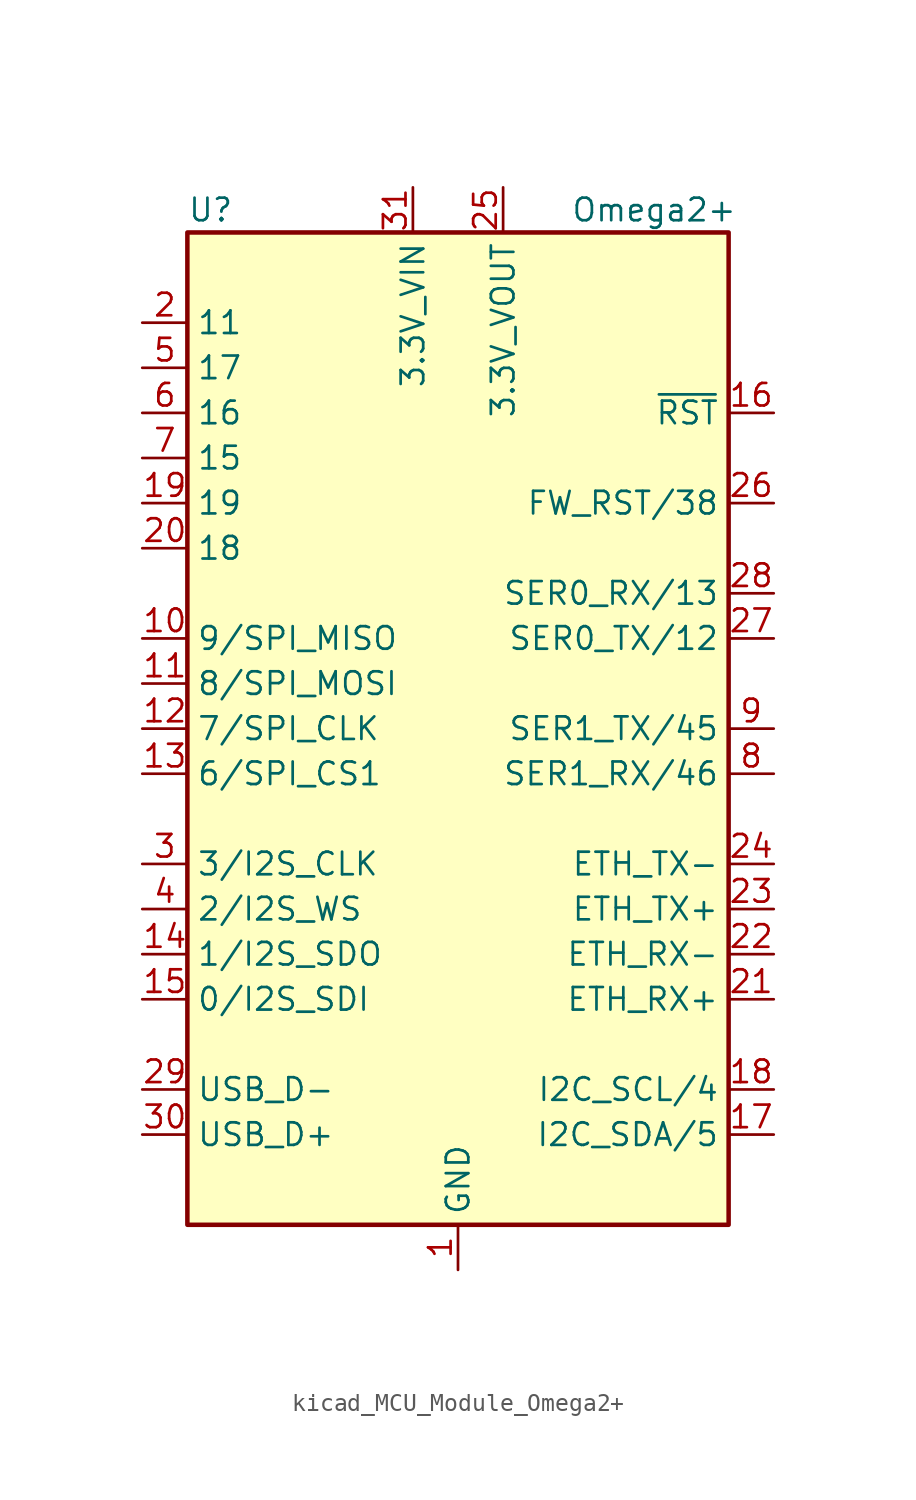
<source format=kicad_sym>
(kicad_symbol_lib
  (version 20220914)
  (generator kicad_symbol_editor)
  (symbol "kicad_MCU_Module_Omega2+"
    (property "Reference" "U"
      (at -15.24 29.21 0)
      (effects (font (size 1.27 1.27)) (justify left)))
    (property "Value" "Omega2+"
      (at 6.35 29.21 0)
      (effects (font (size 1.27 1.27)) (justify left)))
    (symbol "kicad_MCU_Module_Omega2+_0_1"
      (rectangle (start -15.24 27.94) (end 15.24 -27.94) (stroke (width 0.254) (type default)) (fill (type background))))
    (symbol "kicad_MCU_Module_Omega2+_1_1"
      (pin power_in line (at 0 -30.48 90) (length 2.54) (name "GND" (effects (font (size 1.27 1.27)))) (number "1" (effects (font (size 1.27 1.27)))))
      (pin bidirectional line (at -17.78 5.08 0) (length 2.54) (name "9/SPI_MISO" (effects (font (size 1.27 1.27)))) (number "10" (effects (font (size 1.27 1.27)))))
      (pin bidirectional line (at -17.78 2.54 0) (length 2.54) (name "8/SPI_MOSI" (effects (font (size 1.27 1.27)))) (number "11" (effects (font (size 1.27 1.27)))))
      (pin bidirectional line (at -17.78 0 0) (length 2.54) (name "7/SPI_CLK" (effects (font (size 1.27 1.27)))) (number "12" (effects (font (size 1.27 1.27)))))
      (pin bidirectional line (at -17.78 -2.54 0) (length 2.54) (name "6/SPI_CS1" (effects (font (size 1.27 1.27)))) (number "13" (effects (font (size 1.27 1.27)))))
      (pin bidirectional line (at -17.78 -12.7 0) (length 2.54) (name "1/I2S_SDO" (effects (font (size 1.27 1.27)))) (number "14" (effects (font (size 1.27 1.27)))))
      (pin bidirectional line (at -17.78 -15.24 0) (length 2.54) (name "0/I2S_SDI" (effects (font (size 1.27 1.27)))) (number "15" (effects (font (size 1.27 1.27)))))
      (pin input line (at 17.78 17.78 180) (length 2.54) (name "~{RST}" (effects (font (size 1.27 1.27)))) (number "16" (effects (font (size 1.27 1.27)))))
      (pin bidirectional line (at 17.78 -22.86 180) (length 2.54) (name "I2C_SDA/5" (effects (font (size 1.27 1.27)))) (number "17" (effects (font (size 1.27 1.27)))))
      (pin bidirectional line (at 17.78 -20.32 180) (length 2.54) (name "I2C_SCL/4" (effects (font (size 1.27 1.27)))) (number "18" (effects (font (size 1.27 1.27)))))
      (pin bidirectional line (at -17.78 12.7 0) (length 2.54) (name "19" (effects (font (size 1.27 1.27)))) (number "19" (effects (font (size 1.27 1.27)))))
      (pin bidirectional line (at -17.78 22.86 0) (length 2.54) (name "11" (effects (font (size 1.27 1.27)))) (number "2" (effects (font (size 1.27 1.27)))))
      (pin bidirectional line (at -17.78 10.16 0) (length 2.54) (name "18" (effects (font (size 1.27 1.27)))) (number "20" (effects (font (size 1.27 1.27)))))
      (pin input line (at 17.78 -15.24 180) (length 2.54) (name "ETH_RX+" (effects (font (size 1.27 1.27)))) (number "21" (effects (font (size 1.27 1.27)))))
      (pin input line (at 17.78 -12.7 180) (length 2.54) (name "ETH_RX-" (effects (font (size 1.27 1.27)))) (number "22" (effects (font (size 1.27 1.27)))))
      (pin output line (at 17.78 -10.16 180) (length 2.54) (name "ETH_TX+" (effects (font (size 1.27 1.27)))) (number "23" (effects (font (size 1.27 1.27)))))
      (pin output line (at 17.78 -7.62 180) (length 2.54) (name "ETH_TX-" (effects (font (size 1.27 1.27)))) (number "24" (effects (font (size 1.27 1.27)))))
      (pin power_out line (at 2.54 30.48 270) (length 2.54) (name "3.3V_VOUT" (effects (font (size 1.27 1.27)))) (number "25" (effects (font (size 1.27 1.27)))))
      (pin bidirectional line (at 17.78 12.7 180) (length 2.54) (name "FW_RST/38" (effects (font (size 1.27 1.27)))) (number "26" (effects (font (size 1.27 1.27)))))
      (pin bidirectional line (at 17.78 5.08 180) (length 2.54) (name "SER0_TX/12" (effects (font (size 1.27 1.27)))) (number "27" (effects (font (size 1.27 1.27)))))
      (pin bidirectional line (at 17.78 7.62 180) (length 2.54) (name "SER0_RX/13" (effects (font (size 1.27 1.27)))) (number "28" (effects (font (size 1.27 1.27)))))
      (pin bidirectional line (at -17.78 -20.32 0) (length 2.54) (name "USB_D-" (effects (font (size 1.27 1.27)))) (number "29" (effects (font (size 1.27 1.27)))))
      (pin bidirectional line (at -17.78 -7.62 0) (length 2.54) (name "3/I2S_CLK" (effects (font (size 1.27 1.27)))) (number "3" (effects (font (size 1.27 1.27)))))
      (pin bidirectional line (at -17.78 -22.86 0) (length 2.54) (name "USB_D+" (effects (font (size 1.27 1.27)))) (number "30" (effects (font (size 1.27 1.27)))))
      (pin power_in line (at -2.54 30.48 270) (length 2.54) (name "3.3V_VIN" (effects (font (size 1.27 1.27)))) (number "31" (effects (font (size 1.27 1.27)))))
      (pin passive line (at 0 -30.48 90) (length 2.54) hide (name "GND" (effects (font (size 1.27 1.27)))) (number "32" (effects (font (size 1.27 1.27)))))
      (pin bidirectional line (at -17.78 -10.16 0) (length 2.54) (name "2/I2S_WS" (effects (font (size 1.27 1.27)))) (number "4" (effects (font (size 1.27 1.27)))))
      (pin bidirectional line (at -17.78 20.32 0) (length 2.54) (name "17" (effects (font (size 1.27 1.27)))) (number "5" (effects (font (size 1.27 1.27)))))
      (pin bidirectional line (at -17.78 17.78 0) (length 2.54) (name "16" (effects (font (size 1.27 1.27)))) (number "6" (effects (font (size 1.27 1.27)))))
      (pin bidirectional line (at -17.78 15.24 0) (length 2.54) (name "15" (effects (font (size 1.27 1.27)))) (number "7" (effects (font (size 1.27 1.27)))))
      (pin bidirectional line (at 17.78 -2.54 180) (length 2.54) (name "SER1_RX/46" (effects (font (size 1.27 1.27)))) (number "8" (effects (font (size 1.27 1.27)))))
      (pin bidirectional line (at 17.78 0 180) (length 2.54) (name "SER1_TX/45" (effects (font (size 1.27 1.27)))) (number "9" (effects (font (size 1.27 1.27))))))))
</source>
